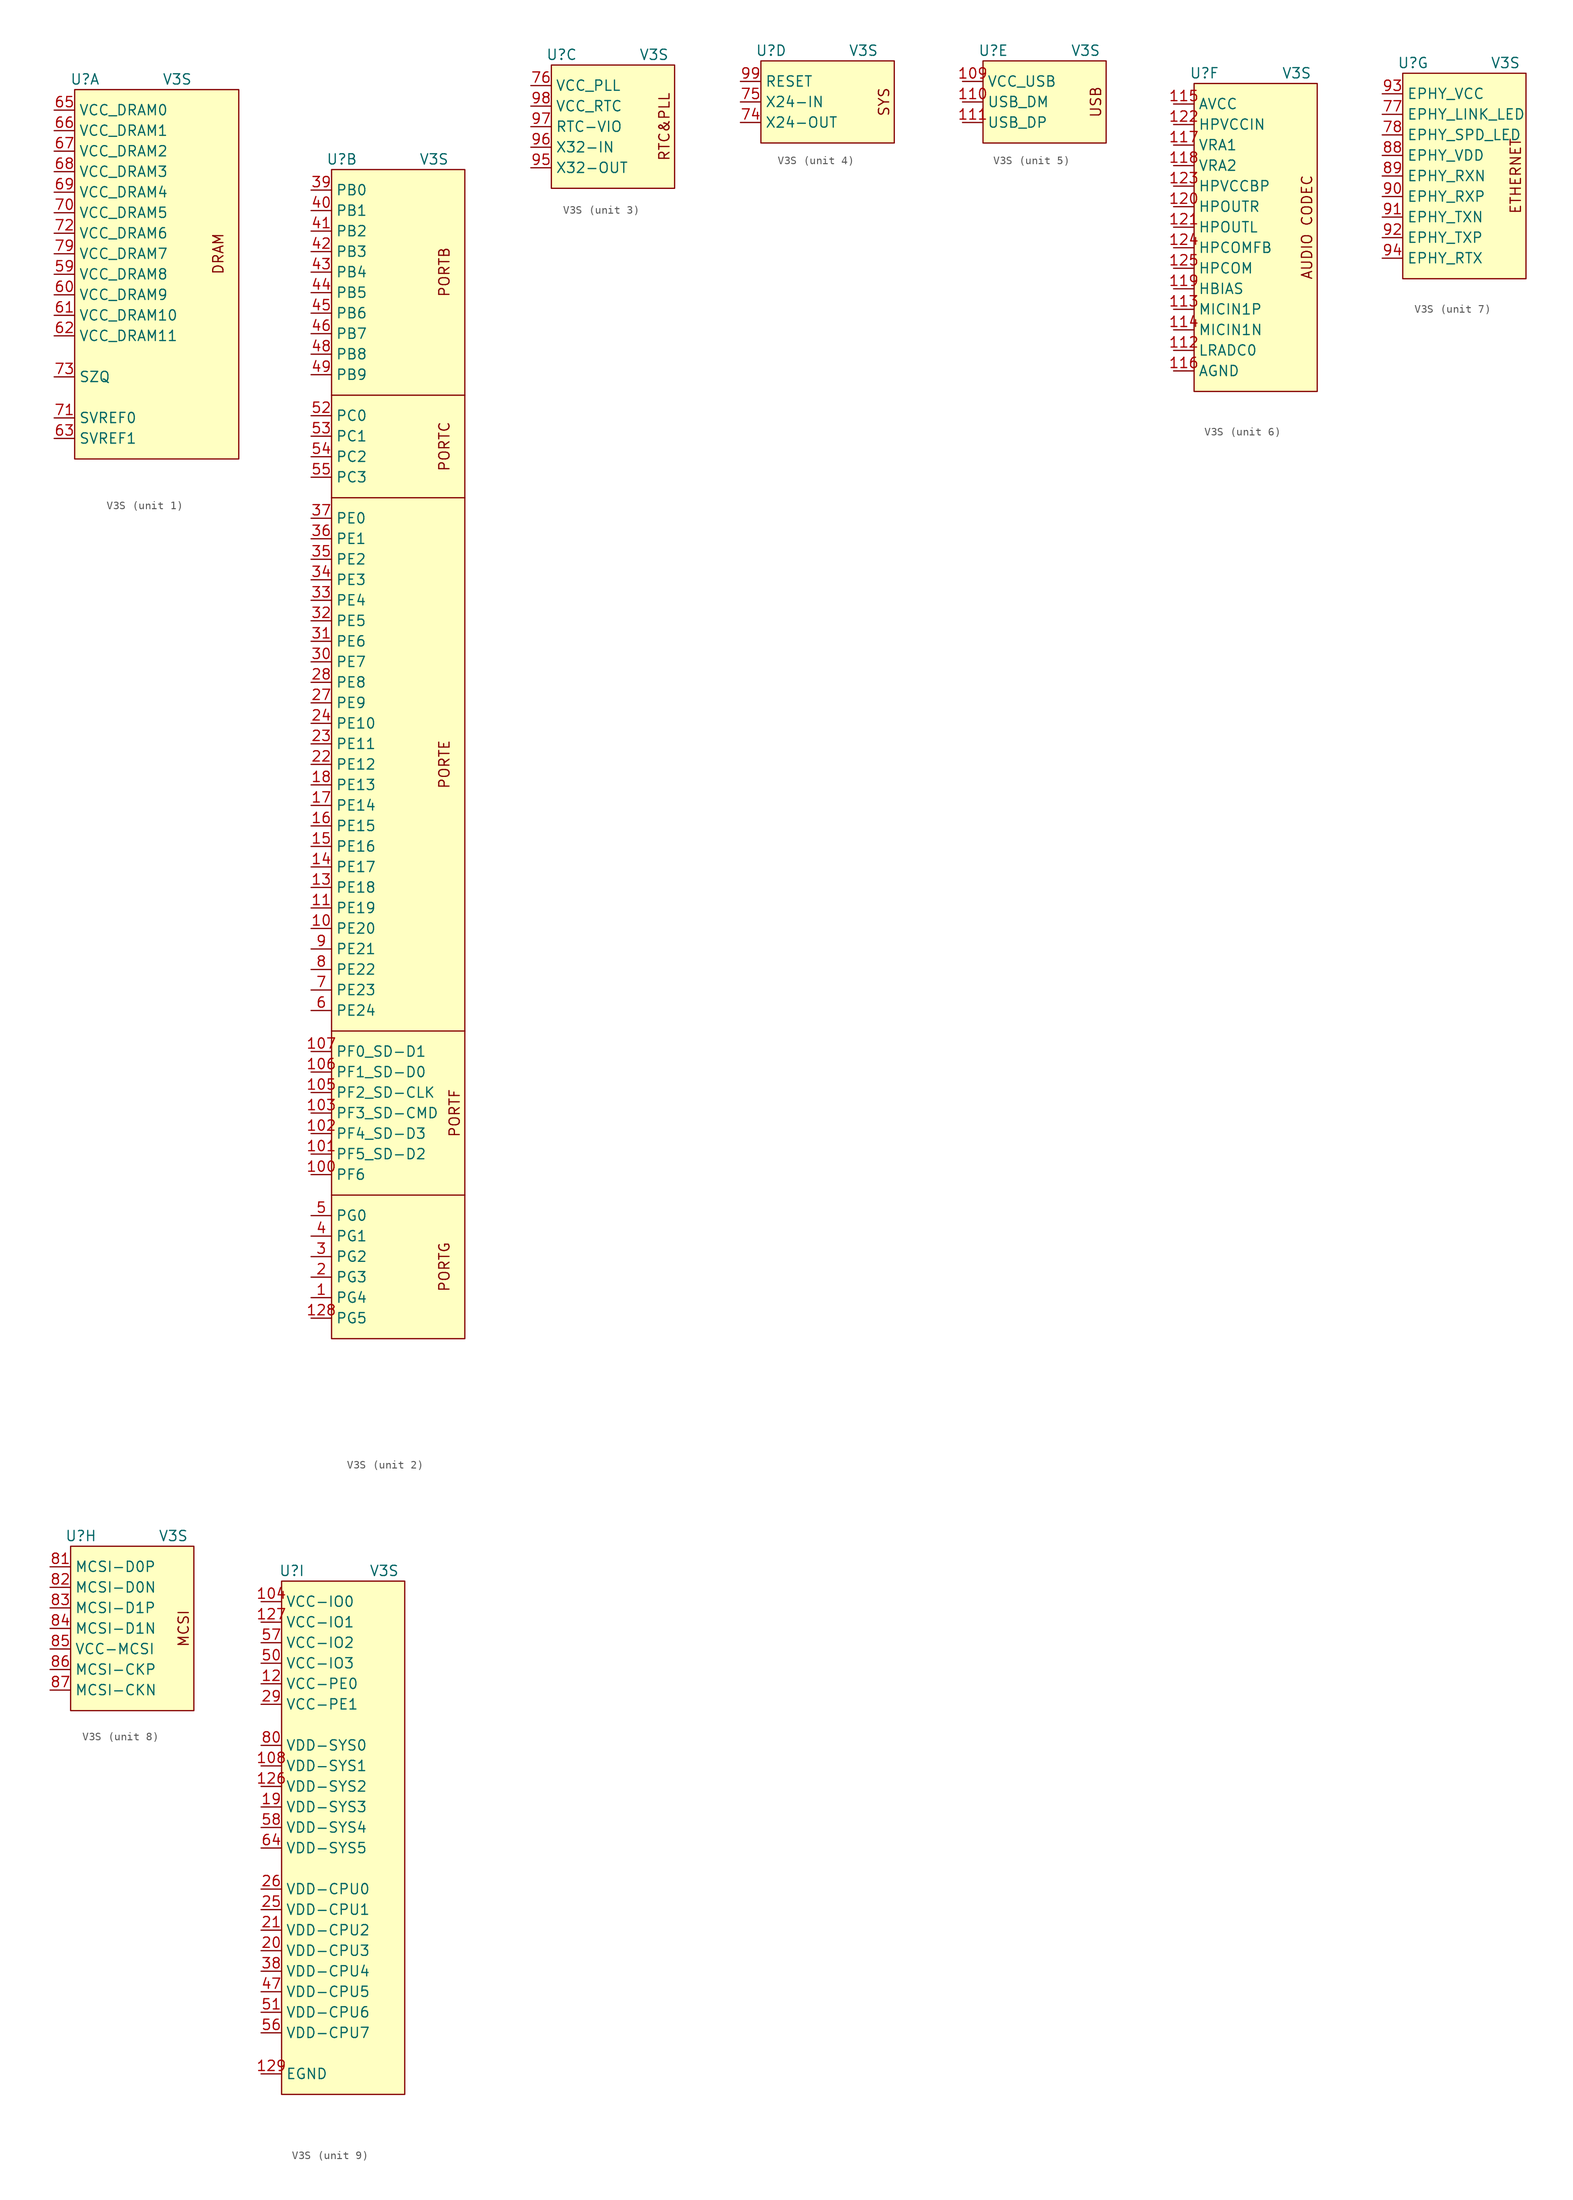
<source format=kicad_sym>
(kicad_symbol_lib
  (version 20211014)
  (generator kicad_symbol_editor)
  (symbol "V3S"
    (property "Reference" "U"
      (at 1.27 3.81 0)
      (effects (font (size 1.27 1.27))))
    (property "Value" "V3S"
      (at 12.7 3.81 0)
      (effects (font (size 1.27 1.27))))
    (property "ki_locked" ""
      (at 0 0 0)
      (effects (font (size 1.27 1.27))))
    (symbol "V3S_1_0"
      (rectangle (start 0 2.54) (end 20.32 -43.18) (stroke (width 0) (type default) (color 0 0 0 0)) (fill (type background)))
      (text "DRAM" (at 17.78 -17.78 900) (effects (font (size 1.27 1.27)))))
    (symbol "V3S_1_1"
      (pin input line (at -2.54 -20.32 0) (length 2.54) (name "VCC_DRAM8" (effects (font (size 1.27 1.27)))) (number "59" (effects (font (size 1.27 1.27)))))
      (pin input line (at -2.54 -22.86 0) (length 2.54) (name "VCC_DRAM9" (effects (font (size 1.27 1.27)))) (number "60" (effects (font (size 1.27 1.27)))))
      (pin input line (at -2.54 -25.4 0) (length 2.54) (name "VCC_DRAM10" (effects (font (size 1.27 1.27)))) (number "61" (effects (font (size 1.27 1.27)))))
      (pin input line (at -2.54 -27.94 0) (length 2.54) (name "VCC_DRAM11" (effects (font (size 1.27 1.27)))) (number "62" (effects (font (size 1.27 1.27)))))
      (pin input line (at -2.54 -40.64 0) (length 2.54) (name "SVREF1" (effects (font (size 1.27 1.27)))) (number "63" (effects (font (size 1.27 1.27)))))
      (pin input line (at -2.54 0 0) (length 2.54) (name "VCC_DRAM0" (effects (font (size 1.27 1.27)))) (number "65" (effects (font (size 1.27 1.27)))))
      (pin input line (at -2.54 -2.54 0) (length 2.54) (name "VCC_DRAM1" (effects (font (size 1.27 1.27)))) (number "66" (effects (font (size 1.27 1.27)))))
      (pin input line (at -2.54 -5.08 0) (length 2.54) (name "VCC_DRAM2" (effects (font (size 1.27 1.27)))) (number "67" (effects (font (size 1.27 1.27)))))
      (pin input line (at -2.54 -7.62 0) (length 2.54) (name "VCC_DRAM3" (effects (font (size 1.27 1.27)))) (number "68" (effects (font (size 1.27 1.27)))))
      (pin input line (at -2.54 -10.16 0) (length 2.54) (name "VCC_DRAM4" (effects (font (size 1.27 1.27)))) (number "69" (effects (font (size 1.27 1.27)))))
      (pin input line (at -2.54 -12.7 0) (length 2.54) (name "VCC_DRAM5" (effects (font (size 1.27 1.27)))) (number "70" (effects (font (size 1.27 1.27)))))
      (pin input line (at -2.54 -38.1 0) (length 2.54) (name "SVREF0" (effects (font (size 1.27 1.27)))) (number "71" (effects (font (size 1.27 1.27)))))
      (pin input line (at -2.54 -15.24 0) (length 2.54) (name "VCC_DRAM6" (effects (font (size 1.27 1.27)))) (number "72" (effects (font (size 1.27 1.27)))))
      (pin input line (at -2.54 -33.02 0) (length 2.54) (name "SZQ" (effects (font (size 1.27 1.27)))) (number "73" (effects (font (size 1.27 1.27)))))
      (pin input line (at -2.54 -17.78 0) (length 2.54) (name "VCC_DRAM7" (effects (font (size 1.27 1.27)))) (number "79" (effects (font (size 1.27 1.27))))))
    (symbol "V3S_2_0"
      (polyline (pts (xy 0 -124.46) (xy 16.51 -124.46)) (stroke (width 0) (type default) (color 0 0 0 0)) (fill (type none)))
      (polyline (pts (xy 0 -104.14) (xy 16.51 -104.14)) (stroke (width 0) (type default) (color 0 0 0 0)) (fill (type none)))
      (polyline (pts (xy 0 -38.1) (xy 16.51 -38.1)) (stroke (width 0) (type default) (color 0 0 0 0)) (fill (type none)))
      (polyline (pts (xy 0 -25.4) (xy 16.51 -25.4)) (stroke (width 0) (type default) (color 0 0 0 0)) (fill (type none)))
      (rectangle (start 0 2.54) (end 16.51 -142.24) (stroke (width 0) (type default) (color 0 0 0 0)) (fill (type background)))
      (text "PORTB" (at 13.97 -10.16 900) (effects (font (size 1.27 1.27))))
      (text "PORTC" (at 13.97 -31.75 900) (effects (font (size 1.27 1.27))))
      (text "PORTE" (at 13.97 -71.12 900) (effects (font (size 1.27 1.27))))
      (text "PORTF" (at 15.24 -114.3 900) (effects (font (size 1.27 1.27))))
      (text "PORTG" (at 13.97 -133.35 900) (effects (font (size 1.27 1.27)))))
    (symbol "V3S_2_1"
      (pin input line (at -2.54 -137.16 0) (length 2.54) (name "PG4" (effects (font (size 1.27 1.27)))) (number "1" (effects (font (size 1.27 1.27)))))
      (pin input line (at -2.54 -91.44 0) (length 2.54) (name "PE20" (effects (font (size 1.27 1.27)))) (number "10" (effects (font (size 1.27 1.27)))))
      (pin input line (at -2.54 -121.92 0) (length 2.54) (name "PF6" (effects (font (size 1.27 1.27)))) (number "100" (effects (font (size 1.27 1.27)))))
      (pin input line (at -2.54 -119.38 0) (length 2.54) (name "PF5_SD-D2" (effects (font (size 1.27 1.27)))) (number "101" (effects (font (size 1.27 1.27)))))
      (pin input line (at -2.54 -116.84 0) (length 2.54) (name "PF4_SD-D3" (effects (font (size 1.27 1.27)))) (number "102" (effects (font (size 1.27 1.27)))))
      (pin input line (at -2.54 -114.3 0) (length 2.54) (name "PF3_SD-CMD" (effects (font (size 1.27 1.27)))) (number "103" (effects (font (size 1.27 1.27)))))
      (pin input line (at -2.54 -111.76 0) (length 2.54) (name "PF2_SD-CLK" (effects (font (size 1.27 1.27)))) (number "105" (effects (font (size 1.27 1.27)))))
      (pin input line (at -2.54 -109.22 0) (length 2.54) (name "PF1_SD-D0" (effects (font (size 1.27 1.27)))) (number "106" (effects (font (size 1.27 1.27)))))
      (pin input line (at -2.54 -106.68 0) (length 2.54) (name "PF0_SD-D1" (effects (font (size 1.27 1.27)))) (number "107" (effects (font (size 1.27 1.27)))))
      (pin input line (at -2.54 -88.9 0) (length 2.54) (name "PE19" (effects (font (size 1.27 1.27)))) (number "11" (effects (font (size 1.27 1.27)))))
      (pin input line (at -2.54 -139.7 0) (length 2.54) (name "PG5" (effects (font (size 1.27 1.27)))) (number "128" (effects (font (size 1.27 1.27)))))
      (pin input line (at -2.54 -86.36 0) (length 2.54) (name "PE18" (effects (font (size 1.27 1.27)))) (number "13" (effects (font (size 1.27 1.27)))))
      (pin input line (at -2.54 -83.82 0) (length 2.54) (name "PE17" (effects (font (size 1.27 1.27)))) (number "14" (effects (font (size 1.27 1.27)))))
      (pin input line (at -2.54 -81.28 0) (length 2.54) (name "PE16" (effects (font (size 1.27 1.27)))) (number "15" (effects (font (size 1.27 1.27)))))
      (pin input line (at -2.54 -78.74 0) (length 2.54) (name "PE15" (effects (font (size 1.27 1.27)))) (number "16" (effects (font (size 1.27 1.27)))))
      (pin input line (at -2.54 -76.2 0) (length 2.54) (name "PE14" (effects (font (size 1.27 1.27)))) (number "17" (effects (font (size 1.27 1.27)))))
      (pin input line (at -2.54 -73.66 0) (length 2.54) (name "PE13" (effects (font (size 1.27 1.27)))) (number "18" (effects (font (size 1.27 1.27)))))
      (pin input line (at -2.54 -134.62 0) (length 2.54) (name "PG3" (effects (font (size 1.27 1.27)))) (number "2" (effects (font (size 1.27 1.27)))))
      (pin input line (at -2.54 -71.12 0) (length 2.54) (name "PE12" (effects (font (size 1.27 1.27)))) (number "22" (effects (font (size 1.27 1.27)))))
      (pin input line (at -2.54 -68.58 0) (length 2.54) (name "PE11" (effects (font (size 1.27 1.27)))) (number "23" (effects (font (size 1.27 1.27)))))
      (pin input line (at -2.54 -66.04 0) (length 2.54) (name "PE10" (effects (font (size 1.27 1.27)))) (number "24" (effects (font (size 1.27 1.27)))))
      (pin input line (at -2.54 -63.5 0) (length 2.54) (name "PE9" (effects (font (size 1.27 1.27)))) (number "27" (effects (font (size 1.27 1.27)))))
      (pin input line (at -2.54 -60.96 0) (length 2.54) (name "PE8" (effects (font (size 1.27 1.27)))) (number "28" (effects (font (size 1.27 1.27)))))
      (pin input line (at -2.54 -132.08 0) (length 2.54) (name "PG2" (effects (font (size 1.27 1.27)))) (number "3" (effects (font (size 1.27 1.27)))))
      (pin input line (at -2.54 -58.42 0) (length 2.54) (name "PE7" (effects (font (size 1.27 1.27)))) (number "30" (effects (font (size 1.27 1.27)))))
      (pin input line (at -2.54 -55.88 0) (length 2.54) (name "PE6" (effects (font (size 1.27 1.27)))) (number "31" (effects (font (size 1.27 1.27)))))
      (pin input line (at -2.54 -53.34 0) (length 2.54) (name "PE5" (effects (font (size 1.27 1.27)))) (number "32" (effects (font (size 1.27 1.27)))))
      (pin input line (at -2.54 -50.8 0) (length 2.54) (name "PE4" (effects (font (size 1.27 1.27)))) (number "33" (effects (font (size 1.27 1.27)))))
      (pin input line (at -2.54 -48.26 0) (length 2.54) (name "PE3" (effects (font (size 1.27 1.27)))) (number "34" (effects (font (size 1.27 1.27)))))
      (pin input line (at -2.54 -45.72 0) (length 2.54) (name "PE2" (effects (font (size 1.27 1.27)))) (number "35" (effects (font (size 1.27 1.27)))))
      (pin input line (at -2.54 -43.18 0) (length 2.54) (name "PE1" (effects (font (size 1.27 1.27)))) (number "36" (effects (font (size 1.27 1.27)))))
      (pin input line (at -2.54 -40.64 0) (length 2.54) (name "PE0" (effects (font (size 1.27 1.27)))) (number "37" (effects (font (size 1.27 1.27)))))
      (pin input line (at -2.54 0 0) (length 2.54) (name "PB0" (effects (font (size 1.27 1.27)))) (number "39" (effects (font (size 1.27 1.27)))))
      (pin input line (at -2.54 -129.54 0) (length 2.54) (name "PG1" (effects (font (size 1.27 1.27)))) (number "4" (effects (font (size 1.27 1.27)))))
      (pin input line (at -2.54 -2.54 0) (length 2.54) (name "PB1" (effects (font (size 1.27 1.27)))) (number "40" (effects (font (size 1.27 1.27)))))
      (pin input line (at -2.54 -5.08 0) (length 2.54) (name "PB2" (effects (font (size 1.27 1.27)))) (number "41" (effects (font (size 1.27 1.27)))))
      (pin input line (at -2.54 -7.62 0) (length 2.54) (name "PB3" (effects (font (size 1.27 1.27)))) (number "42" (effects (font (size 1.27 1.27)))))
      (pin input line (at -2.54 -10.16 0) (length 2.54) (name "PB4" (effects (font (size 1.27 1.27)))) (number "43" (effects (font (size 1.27 1.27)))))
      (pin input line (at -2.54 -12.7 0) (length 2.54) (name "PB5" (effects (font (size 1.27 1.27)))) (number "44" (effects (font (size 1.27 1.27)))))
      (pin input line (at -2.54 -15.24 0) (length 2.54) (name "PB6" (effects (font (size 1.27 1.27)))) (number "45" (effects (font (size 1.27 1.27)))))
      (pin input line (at -2.54 -17.78 0) (length 2.54) (name "PB7" (effects (font (size 1.27 1.27)))) (number "46" (effects (font (size 1.27 1.27)))))
      (pin input line (at -2.54 -20.32 0) (length 2.54) (name "PB8" (effects (font (size 1.27 1.27)))) (number "48" (effects (font (size 1.27 1.27)))))
      (pin input line (at -2.54 -22.86 0) (length 2.54) (name "PB9" (effects (font (size 1.27 1.27)))) (number "49" (effects (font (size 1.27 1.27)))))
      (pin input line (at -2.54 -127 0) (length 2.54) (name "PG0" (effects (font (size 1.27 1.27)))) (number "5" (effects (font (size 1.27 1.27)))))
      (pin input line (at -2.54 -27.94 0) (length 2.54) (name "PC0" (effects (font (size 1.27 1.27)))) (number "52" (effects (font (size 1.27 1.27)))))
      (pin input line (at -2.54 -30.48 0) (length 2.54) (name "PC1" (effects (font (size 1.27 1.27)))) (number "53" (effects (font (size 1.27 1.27)))))
      (pin input line (at -2.54 -33.02 0) (length 2.54) (name "PC2" (effects (font (size 1.27 1.27)))) (number "54" (effects (font (size 1.27 1.27)))))
      (pin input line (at -2.54 -35.56 0) (length 2.54) (name "PC3" (effects (font (size 1.27 1.27)))) (number "55" (effects (font (size 1.27 1.27)))))
      (pin input line (at -2.54 -101.6 0) (length 2.54) (name "PE24" (effects (font (size 1.27 1.27)))) (number "6" (effects (font (size 1.27 1.27)))))
      (pin input line (at -2.54 -99.06 0) (length 2.54) (name "PE23" (effects (font (size 1.27 1.27)))) (number "7" (effects (font (size 1.27 1.27)))))
      (pin input line (at -2.54 -96.52 0) (length 2.54) (name "PE22" (effects (font (size 1.27 1.27)))) (number "8" (effects (font (size 1.27 1.27)))))
      (pin input line (at -2.54 -93.98 0) (length 2.54) (name "PE21" (effects (font (size 1.27 1.27)))) (number "9" (effects (font (size 1.27 1.27))))))
    (symbol "V3S_3_0"
      (rectangle (start 0 2.54) (end 15.24 -12.7) (stroke (width 0) (type default) (color 0 0 0 0)) (fill (type background)))
      (text "RTC&PLL" (at 13.97 -5.08 900) (effects (font (size 1.27 1.27)))))
    (symbol "V3S_3_1"
      (pin input line (at -2.54 0 0) (length 2.54) (name "VCC_PLL" (effects (font (size 1.27 1.27)))) (number "76" (effects (font (size 1.27 1.27)))))
      (pin input line (at -2.54 -10.16 0) (length 2.54) (name "X32-OUT" (effects (font (size 1.27 1.27)))) (number "95" (effects (font (size 1.27 1.27)))))
      (pin input line (at -2.54 -7.62 0) (length 2.54) (name "X32-IN" (effects (font (size 1.27 1.27)))) (number "96" (effects (font (size 1.27 1.27)))))
      (pin input line (at -2.54 -5.08 0) (length 2.54) (name "RTC-VIO" (effects (font (size 1.27 1.27)))) (number "97" (effects (font (size 1.27 1.27)))))
      (pin input line (at -2.54 -2.54 0) (length 2.54) (name "VCC_RTC" (effects (font (size 1.27 1.27)))) (number "98" (effects (font (size 1.27 1.27))))))
    (symbol "V3S_4_0"
      (rectangle (start 0 2.54) (end 16.51 -7.62) (stroke (width 0) (type default) (color 0 0 0 0)) (fill (type background)))
      (text "SYS" (at 15.24 -2.54 900) (effects (font (size 1.27 1.27)))))
    (symbol "V3S_4_1"
      (pin input line (at -2.54 -5.08 0) (length 2.54) (name "X24-OUT" (effects (font (size 1.27 1.27)))) (number "74" (effects (font (size 1.27 1.27)))))
      (pin input line (at -2.54 -2.54 0) (length 2.54) (name "X24-IN" (effects (font (size 1.27 1.27)))) (number "75" (effects (font (size 1.27 1.27)))))
      (pin input line (at -2.54 0 0) (length 2.54) (name "RESET" (effects (font (size 1.27 1.27)))) (number "99" (effects (font (size 1.27 1.27))))))
    (symbol "V3S_5_0"
      (rectangle (start 0 2.54) (end 15.24 -7.62) (stroke (width 0) (type default) (color 0 0 0 0)) (fill (type background)))
      (text "USB" (at 13.97 -2.54 900) (effects (font (size 1.27 1.27)))))
    (symbol "V3S_5_1"
      (pin input line (at -2.54 0 0) (length 2.54) (name "VCC_USB" (effects (font (size 1.27 1.27)))) (number "109" (effects (font (size 1.27 1.27)))))
      (pin input line (at -2.54 -2.54 0) (length 2.54) (name "USB_DM" (effects (font (size 1.27 1.27)))) (number "110" (effects (font (size 1.27 1.27)))))
      (pin input line (at -2.54 -5.08 0) (length 2.54) (name "USB_DP" (effects (font (size 1.27 1.27)))) (number "111" (effects (font (size 1.27 1.27))))))
    (symbol "V3S_6_0"
      (rectangle (start 0 2.54) (end 15.24 -35.56) (stroke (width 0) (type default) (color 0 0 0 0)) (fill (type background)))
      (text "AUDIO CODEC" (at 13.97 -15.24 900) (effects (font (size 1.27 1.27)))))
    (symbol "V3S_6_1"
      (pin input line (at -2.54 -30.48 0) (length 2.54) (name "LRADC0" (effects (font (size 1.27 1.27)))) (number "112" (effects (font (size 1.27 1.27)))))
      (pin input line (at -2.54 -25.4 0) (length 2.54) (name "MICIN1P" (effects (font (size 1.27 1.27)))) (number "113" (effects (font (size 1.27 1.27)))))
      (pin input line (at -2.54 -27.94 0) (length 2.54) (name "MICIN1N" (effects (font (size 1.27 1.27)))) (number "114" (effects (font (size 1.27 1.27)))))
      (pin input line (at -2.54 0 0) (length 2.54) (name "AVCC" (effects (font (size 1.27 1.27)))) (number "115" (effects (font (size 1.27 1.27)))))
      (pin input line (at -2.54 -33.02 0) (length 2.54) (name "AGND" (effects (font (size 1.27 1.27)))) (number "116" (effects (font (size 1.27 1.27)))))
      (pin input line (at -2.54 -5.08 0) (length 2.54) (name "VRA1" (effects (font (size 1.27 1.27)))) (number "117" (effects (font (size 1.27 1.27)))))
      (pin input line (at -2.54 -7.62 0) (length 2.54) (name "VRA2" (effects (font (size 1.27 1.27)))) (number "118" (effects (font (size 1.27 1.27)))))
      (pin input line (at -2.54 -22.86 0) (length 2.54) (name "HBIAS" (effects (font (size 1.27 1.27)))) (number "119" (effects (font (size 1.27 1.27)))))
      (pin input line (at -2.54 -12.7 0) (length 2.54) (name "HPOUTR" (effects (font (size 1.27 1.27)))) (number "120" (effects (font (size 1.27 1.27)))))
      (pin input line (at -2.54 -15.24 0) (length 2.54) (name "HPOUTL" (effects (font (size 1.27 1.27)))) (number "121" (effects (font (size 1.27 1.27)))))
      (pin input line (at -2.54 -2.54 0) (length 2.54) (name "HPVCCIN" (effects (font (size 1.27 1.27)))) (number "122" (effects (font (size 1.27 1.27)))))
      (pin input line (at -2.54 -10.16 0) (length 2.54) (name "HPVCCBP" (effects (font (size 1.27 1.27)))) (number "123" (effects (font (size 1.27 1.27)))))
      (pin input line (at -2.54 -17.78 0) (length 2.54) (name "HPCOMFB" (effects (font (size 1.27 1.27)))) (number "124" (effects (font (size 1.27 1.27)))))
      (pin input line (at -2.54 -20.32 0) (length 2.54) (name "HPCOM" (effects (font (size 1.27 1.27)))) (number "125" (effects (font (size 1.27 1.27))))))
    (symbol "V3S_7_0"
      (rectangle (start 0 2.54) (end 15.24 -22.86) (stroke (width 0) (type default) (color 0 0 0 0)) (fill (type background)))
      (text "ETHERNET" (at 13.97 -10.16 900) (effects (font (size 1.27 1.27)))))
    (symbol "V3S_7_1"
      (pin input line (at -2.54 -2.54 0) (length 2.54) (name "EPHY_LINK_LED" (effects (font (size 1.27 1.27)))) (number "77" (effects (font (size 1.27 1.27)))))
      (pin input line (at -2.54 -5.08 0) (length 2.54) (name "EPHY_SPD_LED" (effects (font (size 1.27 1.27)))) (number "78" (effects (font (size 1.27 1.27)))))
      (pin input line (at -2.54 -7.62 0) (length 2.54) (name "EPHY_VDD" (effects (font (size 1.27 1.27)))) (number "88" (effects (font (size 1.27 1.27)))))
      (pin input line (at -2.54 -10.16 0) (length 2.54) (name "EPHY_RXN" (effects (font (size 1.27 1.27)))) (number "89" (effects (font (size 1.27 1.27)))))
      (pin input line (at -2.54 -12.7 0) (length 2.54) (name "EPHY_RXP" (effects (font (size 1.27 1.27)))) (number "90" (effects (font (size 1.27 1.27)))))
      (pin input line (at -2.54 -15.24 0) (length 2.54) (name "EPHY_TXN" (effects (font (size 1.27 1.27)))) (number "91" (effects (font (size 1.27 1.27)))))
      (pin input line (at -2.54 -17.78 0) (length 2.54) (name "EPHY_TXP" (effects (font (size 1.27 1.27)))) (number "92" (effects (font (size 1.27 1.27)))))
      (pin input line (at -2.54 0 0) (length 2.54) (name "EPHY_VCC" (effects (font (size 1.27 1.27)))) (number "93" (effects (font (size 1.27 1.27)))))
      (pin input line (at -2.54 -20.32 0) (length 2.54) (name "EPHY_RTX" (effects (font (size 1.27 1.27)))) (number "94" (effects (font (size 1.27 1.27))))))
    (symbol "V3S_8_0"
      (rectangle (start 0 2.54) (end 15.24 -17.78) (stroke (width 0) (type default) (color 0 0 0 0)) (fill (type background)))
      (text "MCSI" (at 13.97 -7.62 900) (effects (font (size 1.27 1.27)))))
    (symbol "V3S_8_1"
      (pin input line (at -2.54 0 0) (length 2.54) (name "MCSI-D0P" (effects (font (size 1.27 1.27)))) (number "81" (effects (font (size 1.27 1.27)))))
      (pin input line (at -2.54 -2.54 0) (length 2.54) (name "MCSI-D0N" (effects (font (size 1.27 1.27)))) (number "82" (effects (font (size 1.27 1.27)))))
      (pin input line (at -2.54 -5.08 0) (length 2.54) (name "MCSI-D1P" (effects (font (size 1.27 1.27)))) (number "83" (effects (font (size 1.27 1.27)))))
      (pin input line (at -2.54 -7.62 0) (length 2.54) (name "MCSI-D1N" (effects (font (size 1.27 1.27)))) (number "84" (effects (font (size 1.27 1.27)))))
      (pin input line (at -2.54 -10.16 0) (length 2.54) (name "VCC-MCSI" (effects (font (size 1.27 1.27)))) (number "85" (effects (font (size 1.27 1.27)))))
      (pin input line (at -2.54 -12.7 0) (length 2.54) (name "MCSI-CKP" (effects (font (size 1.27 1.27)))) (number "86" (effects (font (size 1.27 1.27)))))
      (pin input line (at -2.54 -15.24 0) (length 2.54) (name "MCSI-CKN" (effects (font (size 1.27 1.27)))) (number "87" (effects (font (size 1.27 1.27))))))
    (symbol "V3S_9_0"
      (rectangle (start 0 2.54) (end 15.24 -60.96) (stroke (width 0) (type default) (color 0 0 0 0)) (fill (type background))))
    (symbol "V3S_9_1"
      (pin input line (at -2.54 0 0) (length 2.54) (name "VCC-IO0" (effects (font (size 1.27 1.27)))) (number "104" (effects (font (size 1.27 1.27)))))
      (pin input line (at -2.54 -20.32 0) (length 2.54) (name "VDD-SYS1" (effects (font (size 1.27 1.27)))) (number "108" (effects (font (size 1.27 1.27)))))
      (pin input line (at -2.54 -10.16 0) (length 2.54) (name "VCC-PE0" (effects (font (size 1.27 1.27)))) (number "12" (effects (font (size 1.27 1.27)))))
      (pin input line (at -2.54 -22.86 0) (length 2.54) (name "VDD-SYS2" (effects (font (size 1.27 1.27)))) (number "126" (effects (font (size 1.27 1.27)))))
      (pin input line (at -2.54 -2.54 0) (length 2.54) (name "VCC-IO1" (effects (font (size 1.27 1.27)))) (number "127" (effects (font (size 1.27 1.27)))))
      (pin input line (at -2.54 -58.42 0) (length 2.54) (name "EGND" (effects (font (size 1.27 1.27)))) (number "129" (effects (font (size 1.27 1.27)))))
      (pin input line (at -2.54 -25.4 0) (length 2.54) (name "VDD-SYS3" (effects (font (size 1.27 1.27)))) (number "19" (effects (font (size 1.27 1.27)))))
      (pin input line (at -2.54 -43.18 0) (length 2.54) (name "VDD-CPU3" (effects (font (size 1.27 1.27)))) (number "20" (effects (font (size 1.27 1.27)))))
      (pin input line (at -2.54 -40.64 0) (length 2.54) (name "VDD-CPU2" (effects (font (size 1.27 1.27)))) (number "21" (effects (font (size 1.27 1.27)))))
      (pin input line (at -2.54 -38.1 0) (length 2.54) (name "VDD-CPU1" (effects (font (size 1.27 1.27)))) (number "25" (effects (font (size 1.27 1.27)))))
      (pin input line (at -2.54 -35.56 0) (length 2.54) (name "VDD-CPU0" (effects (font (size 1.27 1.27)))) (number "26" (effects (font (size 1.27 1.27)))))
      (pin input line (at -2.54 -12.7 0) (length 2.54) (name "VCC-PE1" (effects (font (size 1.27 1.27)))) (number "29" (effects (font (size 1.27 1.27)))))
      (pin input line (at -2.54 -45.72 0) (length 2.54) (name "VDD-CPU4" (effects (font (size 1.27 1.27)))) (number "38" (effects (font (size 1.27 1.27)))))
      (pin input line (at -2.54 -48.26 0) (length 2.54) (name "VDD-CPU5" (effects (font (size 1.27 1.27)))) (number "47" (effects (font (size 1.27 1.27)))))
      (pin input line (at -2.54 -7.62 0) (length 2.54) (name "VCC-IO3" (effects (font (size 1.27 1.27)))) (number "50" (effects (font (size 1.27 1.27)))))
      (pin input line (at -2.54 -50.8 0) (length 2.54) (name "VDD-CPU6" (effects (font (size 1.27 1.27)))) (number "51" (effects (font (size 1.27 1.27)))))
      (pin input line (at -2.54 -53.34 0) (length 2.54) (name "VDD-CPU7" (effects (font (size 1.27 1.27)))) (number "56" (effects (font (size 1.27 1.27)))))
      (pin input line (at -2.54 -5.08 0) (length 2.54) (name "VCC-IO2" (effects (font (size 1.27 1.27)))) (number "57" (effects (font (size 1.27 1.27)))))
      (pin input line (at -2.54 -27.94 0) (length 2.54) (name "VDD-SYS4" (effects (font (size 1.27 1.27)))) (number "58" (effects (font (size 1.27 1.27)))))
      (pin input line (at -2.54 -30.48 0) (length 2.54) (name "VDD-SYS5" (effects (font (size 1.27 1.27)))) (number "64" (effects (font (size 1.27 1.27)))))
      (pin input line (at -2.54 -17.78 0) (length 2.54) (name "VDD-SYS0" (effects (font (size 1.27 1.27)))) (number "80" (effects (font (size 1.27 1.27))))))))
</source>
